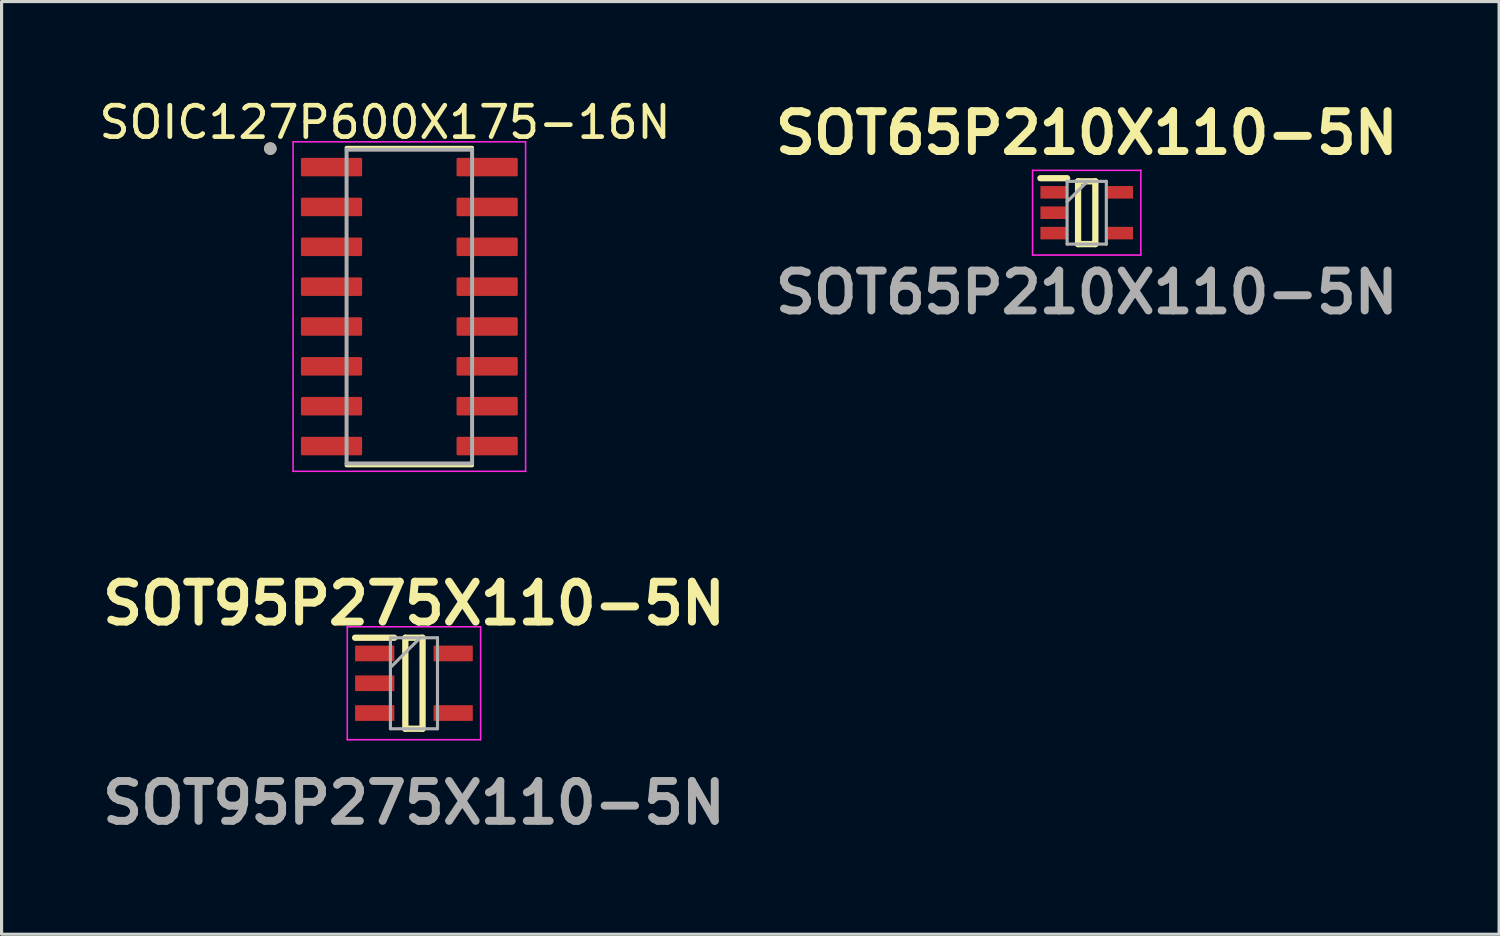
<source format=kicad_pcb>
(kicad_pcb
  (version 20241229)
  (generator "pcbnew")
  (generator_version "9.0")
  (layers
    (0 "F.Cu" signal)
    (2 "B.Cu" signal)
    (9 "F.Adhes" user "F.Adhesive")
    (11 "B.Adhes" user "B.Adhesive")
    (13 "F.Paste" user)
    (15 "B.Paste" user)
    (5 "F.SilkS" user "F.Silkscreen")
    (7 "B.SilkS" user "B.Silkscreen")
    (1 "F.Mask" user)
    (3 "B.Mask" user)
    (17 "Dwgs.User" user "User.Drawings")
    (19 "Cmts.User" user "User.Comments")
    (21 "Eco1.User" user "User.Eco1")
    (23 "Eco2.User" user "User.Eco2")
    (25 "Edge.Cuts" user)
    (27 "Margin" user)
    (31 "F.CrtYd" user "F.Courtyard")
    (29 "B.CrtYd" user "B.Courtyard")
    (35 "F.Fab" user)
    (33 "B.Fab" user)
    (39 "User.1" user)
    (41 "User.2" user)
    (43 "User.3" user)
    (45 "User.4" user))
  (footprint "SOT95P275X110-5N"
    (layer "F.Cu")
    (at 10.142 18.724)
    (property "Reference" "SOT95P275X110-5N" (at 0 -2.54 0) (layer "F.SilkS") (effects (font (size 1.27 1.27) (thickness 0.254))))
    (attr smd)
    (fp_line (start -1.875 -1.45) (end -0.625 -1.45) (stroke (width 0.2) (type solid)) (layer "F.SilkS"))
    (fp_line (start -0.275 -1.45) (end 0.275 -1.45) (stroke (width 0.2) (type solid)) (layer "F.SilkS"))
    (fp_line (start -0.275 1.45) (end -0.275 -1.45) (stroke (width 0.2) (type solid)) (layer "F.SilkS"))
    (fp_line (start 0.275 -1.45) (end 0.275 1.45) (stroke (width 0.2) (type solid)) (layer "F.SilkS"))
    (fp_line (start 0.275 1.45) (end -0.275 1.45) (stroke (width 0.2) (type solid)) (layer "F.SilkS"))
    (fp_line (start -2.125 -1.8) (end 2.125 -1.8) (stroke (width 0.05) (type solid)) (layer "F.CrtYd"))
    (fp_line (start -2.125 1.8) (end -2.125 -1.8) (stroke (width 0.05) (type solid)) (layer "F.CrtYd"))
    (fp_line (start 2.125 -1.8) (end 2.125 1.8) (stroke (width 0.05) (type solid)) (layer "F.CrtYd"))
    (fp_line (start 2.125 1.8) (end -2.125 1.8) (stroke (width 0.05) (type solid)) (layer "F.CrtYd"))
    (fp_line (start -0.75 -1.45) (end 0.75 -1.45) (stroke (width 0.1) (type solid)) (layer "F.Fab"))
    (fp_line (start -0.75 -0.5) (end 0.2 -1.45) (stroke (width 0.1) (type solid)) (layer "F.Fab"))
    (fp_line (start -0.75 1.45) (end -0.75 -1.45) (stroke (width 0.1) (type solid)) (layer "F.Fab"))
    (fp_line (start 0.75 -1.45) (end 0.75 1.45) (stroke (width 0.1) (type solid)) (layer "F.Fab"))
    (fp_line (start 0.75 1.45) (end -0.75 1.45) (stroke (width 0.1) (type solid)) (layer "F.Fab"))
    (fp_text user "${REFERENCE}" (at 0 3.81 0) (layer "F.Fab") (effects (font (size 1.27 1.27) (thickness 0.254))))
    (pad "1" smd rect (at -1.25 -0.95 90) (size 0.5 1.25) (layers "F.Cu" "F.Mask" "F.Paste"))
    (pad "2" smd rect (at -1.25 0 90) (size 0.5 1.25) (layers "F.Cu" "F.Mask" "F.Paste"))
    (pad "3" smd rect (at -1.25 0.95 90) (size 0.5 1.25) (layers "F.Cu" "F.Mask" "F.Paste"))
    (pad "4" smd rect (at 1.25 0.95 90) (size 0.5 1.25) (layers "F.Cu" "F.Mask" "F.Paste"))
    (pad "5" smd rect (at 1.25 -0.95 90) (size 0.5 1.25) (layers "F.Cu" "F.Mask" "F.Paste")))
  (footprint "SOIC127P600X175-16N"
    (layer "F.Cu")
    (at 9.995 6.72)
    (property "Reference" "SOIC127P600X175-16N" (at -0.775 -5.872 0) (layer "F.SilkS") (effects (font (size 1 1) (thickness 0.15))))
    (attr smd)
    (fp_line (start -2 -5.06) (end 2 -5.06) (stroke (width 0.127) (type solid)) (layer "F.SilkS"))
    (fp_line (start -2 5.06) (end 2 5.06) (stroke (width 0.127) (type solid)) (layer "F.SilkS"))
    (fp_circle (center -4.43 -5.035) (end -4.33 -5.035) (stroke (width 0.2) (type solid)) (fill no) (layer "F.SilkS"))
    (fp_line (start -3.705 -5.25) (end -3.705 5.25) (stroke (width 0.05) (type solid)) (layer "F.CrtYd"))
    (fp_line (start -3.705 -5.25) (end 3.705 -5.25) (stroke (width 0.05) (type solid)) (layer "F.CrtYd"))
    (fp_line (start -3.705 5.25) (end 3.705 5.25) (stroke (width 0.05) (type solid)) (layer "F.CrtYd"))
    (fp_line (start 3.705 -5.25) (end 3.705 5.25) (stroke (width 0.05) (type solid)) (layer "F.CrtYd"))
    (fp_line (start -2 -5) (end -2 5) (stroke (width 0.127) (type solid)) (layer "F.Fab"))
    (fp_line (start -2 -5) (end 2 -5) (stroke (width 0.127) (type solid)) (layer "F.Fab"))
    (fp_line (start -2 5) (end 2 5) (stroke (width 0.127) (type solid)) (layer "F.Fab"))
    (fp_line (start 2 -5) (end 2 5) (stroke (width 0.127) (type solid)) (layer "F.Fab"))
    (fp_circle (center -4.43 -5.035) (end -4.33 -5.035) (stroke (width 0.2) (type solid)) (fill no) (layer "F.Fab"))
    (pad "1" smd roundrect (at -2.48 -4.445) (size 1.95 0.59) (layers "F.Cu" "F.Mask" "F.Paste") (roundrect_rratio 0.07))
    (pad "2" smd roundrect (at -2.48 -3.175) (size 1.95 0.59) (layers "F.Cu" "F.Mask" "F.Paste") (roundrect_rratio 0.07))
    (pad "3" smd roundrect (at -2.48 -1.905) (size 1.95 0.59) (layers "F.Cu" "F.Mask" "F.Paste") (roundrect_rratio 0.07))
    (pad "4" smd roundrect (at -2.48 -0.635) (size 1.95 0.59) (layers "F.Cu" "F.Mask" "F.Paste") (roundrect_rratio 0.07))
    (pad "5" smd roundrect (at -2.48 0.635) (size 1.95 0.59) (layers "F.Cu" "F.Mask" "F.Paste") (roundrect_rratio 0.07))
    (pad "6" smd roundrect (at -2.48 1.905) (size 1.95 0.59) (layers "F.Cu" "F.Mask" "F.Paste") (roundrect_rratio 0.07))
    (pad "7" smd roundrect (at -2.48 3.175) (size 1.95 0.59) (layers "F.Cu" "F.Mask" "F.Paste") (roundrect_rratio 0.07))
    (pad "8" smd roundrect (at -2.48 4.445) (size 1.95 0.59) (layers "F.Cu" "F.Mask" "F.Paste") (roundrect_rratio 0.07))
    (pad "9" smd roundrect (at 2.48 4.445) (size 1.95 0.59) (layers "F.Cu" "F.Mask" "F.Paste") (roundrect_rratio 0.07))
    (pad "10" smd roundrect (at 2.48 3.175) (size 1.95 0.59) (layers "F.Cu" "F.Mask" "F.Paste") (roundrect_rratio 0.07))
    (pad "11" smd roundrect (at 2.48 1.905) (size 1.95 0.59) (layers "F.Cu" "F.Mask" "F.Paste") (roundrect_rratio 0.07))
    (pad "12" smd roundrect (at 2.48 0.635) (size 1.95 0.59) (layers "F.Cu" "F.Mask" "F.Paste") (roundrect_rratio 0.07))
    (pad "13" smd roundrect (at 2.48 -0.635) (size 1.95 0.59) (layers "F.Cu" "F.Mask" "F.Paste") (roundrect_rratio 0.07))
    (pad "14" smd roundrect (at 2.48 -1.905) (size 1.95 0.59) (layers "F.Cu" "F.Mask" "F.Paste") (roundrect_rratio 0.07))
    (pad "15" smd roundrect (at 2.48 -3.175) (size 1.95 0.59) (layers "F.Cu" "F.Mask" "F.Paste") (roundrect_rratio 0.07))
    (pad "16" smd roundrect (at 2.48 -4.445) (size 1.95 0.59) (layers "F.Cu" "F.Mask" "F.Paste") (roundrect_rratio 0.07)))
  (footprint "SOT65P210X110-5N"
    (layer "F.Cu")
    (at 31.582 3.729)
    (property "Reference" "SOT65P210X110-5N" (at 0 -2.54 0) (layer "F.SilkS") (effects (font (size 1.27 1.27) (thickness 0.254))))
    (attr smd)
    (fp_line (start -1.475 -1.1) (end -0.625 -1.1) (stroke (width 0.2) (type solid)) (layer "F.SilkS"))
    (fp_line (start -0.275 -1) (end 0.275 -1) (stroke (width 0.2) (type solid)) (layer "F.SilkS"))
    (fp_line (start -0.275 1) (end -0.275 -1) (stroke (width 0.2) (type solid)) (layer "F.SilkS"))
    (fp_line (start 0.275 -1) (end 0.275 1) (stroke (width 0.2) (type solid)) (layer "F.SilkS"))
    (fp_line (start 0.275 1) (end -0.275 1) (stroke (width 0.2) (type solid)) (layer "F.SilkS"))
    (fp_line (start -1.725 -1.35) (end 1.725 -1.35) (stroke (width 0.05) (type solid)) (layer "F.CrtYd"))
    (fp_line (start -1.725 1.35) (end -1.725 -1.35) (stroke (width 0.05) (type solid)) (layer "F.CrtYd"))
    (fp_line (start 1.725 -1.35) (end 1.725 1.35) (stroke (width 0.05) (type solid)) (layer "F.CrtYd"))
    (fp_line (start 1.725 1.35) (end -1.725 1.35) (stroke (width 0.05) (type solid)) (layer "F.CrtYd"))
    (fp_line (start -0.625 -1) (end 0.625 -1) (stroke (width 0.1) (type solid)) (layer "F.Fab"))
    (fp_line (start -0.625 -0.35) (end 0.025 -1) (stroke (width 0.1) (type solid)) (layer "F.Fab"))
    (fp_line (start -0.625 1) (end -0.625 -1) (stroke (width 0.1) (type solid)) (layer "F.Fab"))
    (fp_line (start 0.625 -1) (end 0.625 1) (stroke (width 0.1) (type solid)) (layer "F.Fab"))
    (fp_line (start 0.625 1) (end -0.625 1) (stroke (width 0.1) (type solid)) (layer "F.Fab"))
    (fp_text user "${REFERENCE}" (at 0 2.54 0) (layer "F.Fab") (effects (font (size 1.27 1.27) (thickness 0.254))))
    (pad "1" smd rect (at -1.05 -0.65 90) (size 0.4 0.85) (layers "F.Cu" "F.Mask" "F.Paste"))
    (pad "2" smd rect (at -1.05 0 90) (size 0.4 0.85) (layers "F.Cu" "F.Mask" "F.Paste"))
    (pad "3" smd rect (at -1.05 0.65 90) (size 0.4 0.85) (layers "F.Cu" "F.Mask" "F.Paste"))
    (pad "4" smd rect (at 1.05 0.65 90) (size 0.4 0.85) (layers "F.Cu" "F.Mask" "F.Paste"))
    (pad "5" smd rect (at 1.05 -0.65 90) (size 0.4 0.85) (layers "F.Cu" "F.Mask" "F.Paste")))
  (gr_rect
    (start -3 -3)
    (end 44.724 26.723)
    (stroke (width 0.1) (type default))
    (fill no)
    (layer "Edge.Cuts")))
</source>
